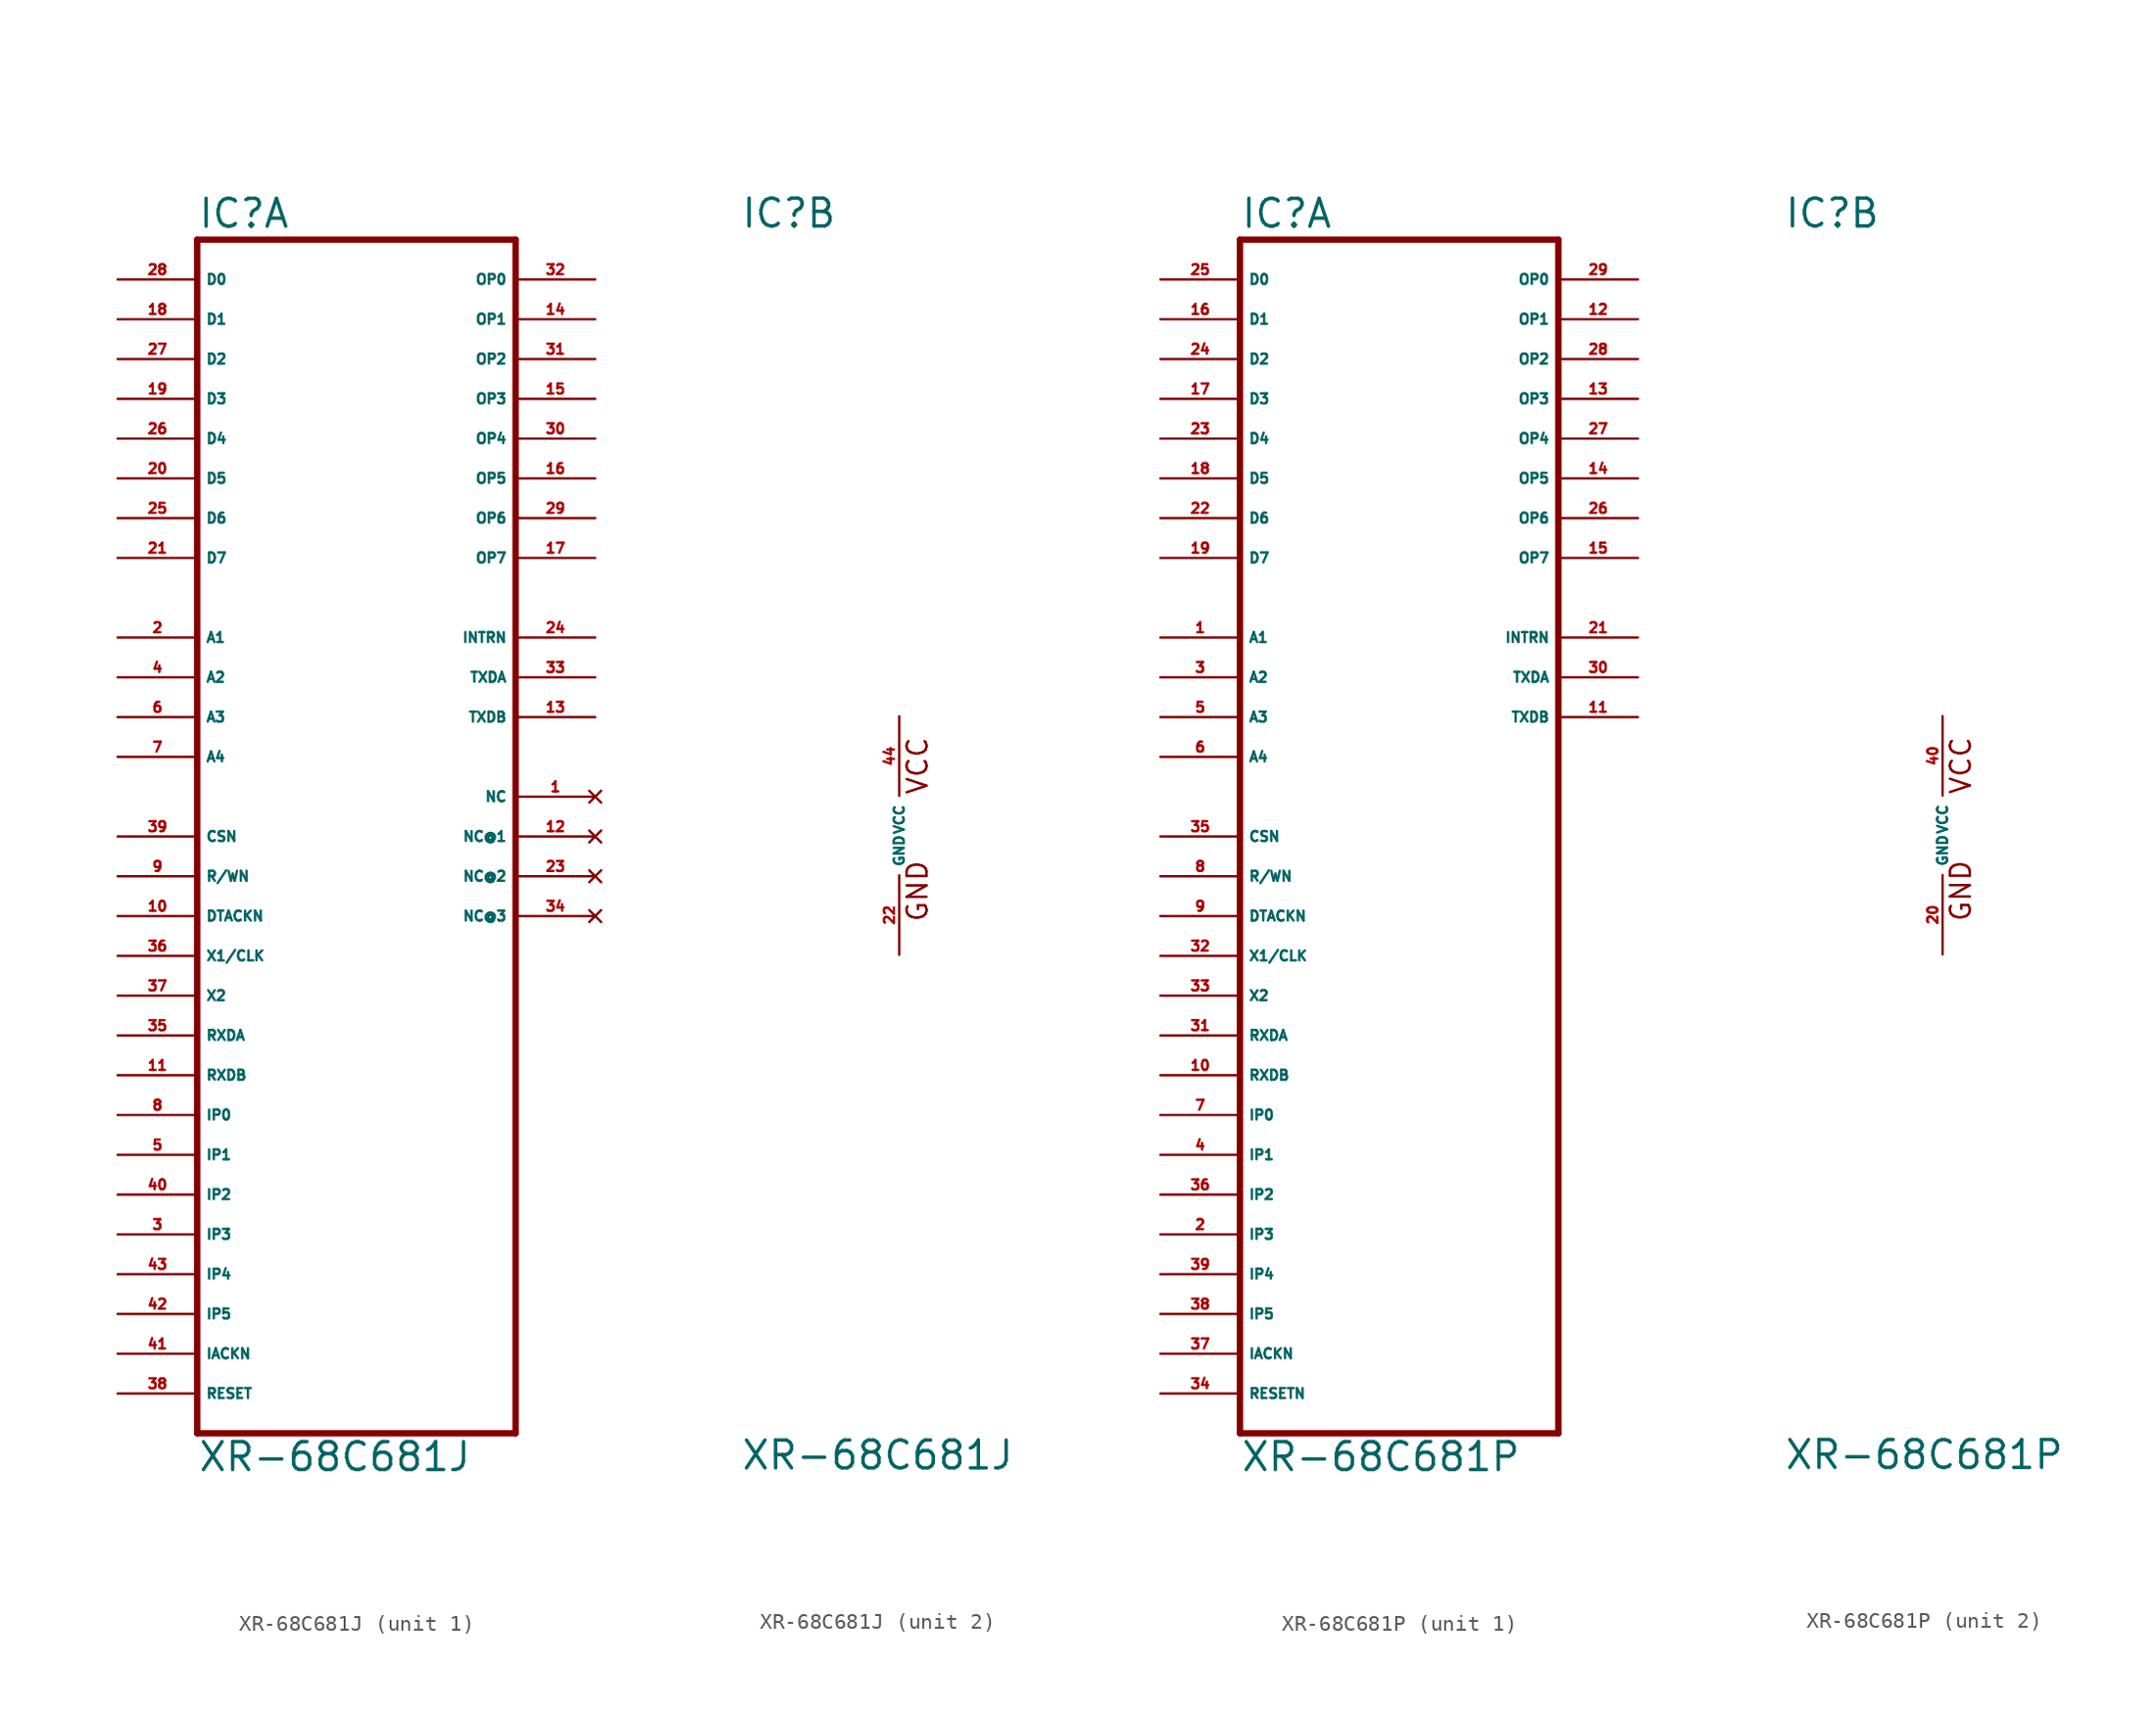
<source format=kicad_sym>
(kicad_symbol_lib
  (version 20220914)
  (generator Eagle2Kicad)
  (symbol "XR-68C681J"
    (property "Reference" "IC"
      (at -10.16 38.735 0)
      (effects (font (size 1.778 1.778) (thickness 0.22)) (justify left bottom)))
    (property "Value" "XR-68C681J"
      (at -10.16 -40.64 0)
      (effects (font (size 1.778 1.778) (thickness 0.22)) (justify left bottom)))
    (symbol "XR-68C681J_1_0"
      (polyline (pts (xy -10.16 -38.1) (xy 10.16 -38.1)) (stroke (width 0.406) (type default)) (fill (type none)))
      (polyline (pts (xy 10.16 -38.1) (xy 10.16 38.1)) (stroke (width 0.406) (type default)) (fill (type none)))
      (polyline (pts (xy 10.16 38.1) (xy -10.16 38.1)) (stroke (width 0.406) (type default)) (fill (type none)))
      (polyline (pts (xy -10.16 38.1) (xy -10.16 -38.1)) (stroke (width 0.406) (type default)) (fill (type none)))
      (pin bidirectional line (at -15.24 35.56 0) (length 5.08) (name "D0" (effects (font (size 0.635 0.635) (thickness 0.08)) (justify left bottom))) (number "28" (effects (font (size 0.635 0.635) (thickness 0.08)) (justify left bottom))))
      (pin bidirectional line (at -15.24 33.02 0) (length 5.08) (name "D1" (effects (font (size 0.635 0.635) (thickness 0.08)) (justify left bottom))) (number "18" (effects (font (size 0.635 0.635) (thickness 0.08)) (justify left bottom))))
      (pin bidirectional line (at -15.24 30.48 0) (length 5.08) (name "D2" (effects (font (size 0.635 0.635) (thickness 0.08)) (justify left bottom))) (number "27" (effects (font (size 0.635 0.635) (thickness 0.08)) (justify left bottom))))
      (pin bidirectional line (at -15.24 27.94 0) (length 5.08) (name "D3" (effects (font (size 0.635 0.635) (thickness 0.08)) (justify left bottom))) (number "19" (effects (font (size 0.635 0.635) (thickness 0.08)) (justify left bottom))))
      (pin bidirectional line (at -15.24 25.4 0) (length 5.08) (name "D4" (effects (font (size 0.635 0.635) (thickness 0.08)) (justify left bottom))) (number "26" (effects (font (size 0.635 0.635) (thickness 0.08)) (justify left bottom))))
      (pin bidirectional line (at -15.24 22.86 0) (length 5.08) (name "D5" (effects (font (size 0.635 0.635) (thickness 0.08)) (justify left bottom))) (number "20" (effects (font (size 0.635 0.635) (thickness 0.08)) (justify left bottom))))
      (pin bidirectional line (at -15.24 20.32 0) (length 5.08) (name "D6" (effects (font (size 0.635 0.635) (thickness 0.08)) (justify left bottom))) (number "25" (effects (font (size 0.635 0.635) (thickness 0.08)) (justify left bottom))))
      (pin bidirectional line (at -15.24 17.78 0) (length 5.08) (name "D7" (effects (font (size 0.635 0.635) (thickness 0.08)) (justify left bottom))) (number "21" (effects (font (size 0.635 0.635) (thickness 0.08)) (justify left bottom))))
      (pin output line (at 15.24 35.56 180) (length 5.08) (name "OP0" (effects (font (size 0.635 0.635) (thickness 0.08)) (justify left bottom))) (number "32" (effects (font (size 0.635 0.635) (thickness 0.08)) (justify left bottom))))
      (pin output line (at 15.24 33.02 180) (length 5.08) (name "OP1" (effects (font (size 0.635 0.635) (thickness 0.08)) (justify left bottom))) (number "14" (effects (font (size 0.635 0.635) (thickness 0.08)) (justify left bottom))))
      (pin output line (at 15.24 30.48 180) (length 5.08) (name "OP2" (effects (font (size 0.635 0.635) (thickness 0.08)) (justify left bottom))) (number "31" (effects (font (size 0.635 0.635) (thickness 0.08)) (justify left bottom))))
      (pin output line (at 15.24 27.94 180) (length 5.08) (name "OP3" (effects (font (size 0.635 0.635) (thickness 0.08)) (justify left bottom))) (number "15" (effects (font (size 0.635 0.635) (thickness 0.08)) (justify left bottom))))
      (pin output line (at 15.24 25.4 180) (length 5.08) (name "OP4" (effects (font (size 0.635 0.635) (thickness 0.08)) (justify left bottom))) (number "30" (effects (font (size 0.635 0.635) (thickness 0.08)) (justify left bottom))))
      (pin output line (at 15.24 22.86 180) (length 5.08) (name "OP5" (effects (font (size 0.635 0.635) (thickness 0.08)) (justify left bottom))) (number "16" (effects (font (size 0.635 0.635) (thickness 0.08)) (justify left bottom))))
      (pin output line (at 15.24 20.32 180) (length 5.08) (name "OP6" (effects (font (size 0.635 0.635) (thickness 0.08)) (justify left bottom))) (number "29" (effects (font (size 0.635 0.635) (thickness 0.08)) (justify left bottom))))
      (pin output line (at 15.24 17.78 180) (length 5.08) (name "OP7" (effects (font (size 0.635 0.635) (thickness 0.08)) (justify left bottom))) (number "17" (effects (font (size 0.635 0.635) (thickness 0.08)) (justify left bottom))))
      (pin input line (at -15.24 5.08 0) (length 5.08) (name "A4" (effects (font (size 0.635 0.635) (thickness 0.08)) (justify left bottom))) (number "7" (effects (font (size 0.635 0.635) (thickness 0.08)) (justify left bottom))))
      (pin input line (at -15.24 12.7 0) (length 5.08) (name "A1" (effects (font (size 0.635 0.635) (thickness 0.08)) (justify left bottom))) (number "2" (effects (font (size 0.635 0.635) (thickness 0.08)) (justify left bottom))))
      (pin input line (at -15.24 10.16 0) (length 5.08) (name "A2" (effects (font (size 0.635 0.635) (thickness 0.08)) (justify left bottom))) (number "4" (effects (font (size 0.635 0.635) (thickness 0.08)) (justify left bottom))))
      (pin input line (at -15.24 7.62 0) (length 5.08) (name "A3" (effects (font (size 0.635 0.635) (thickness 0.08)) (justify left bottom))) (number "6" (effects (font (size 0.635 0.635) (thickness 0.08)) (justify left bottom))))
      (pin input line (at -15.24 0 0) (length 5.08) (name "CSN" (effects (font (size 0.635 0.635) (thickness 0.08)) (justify left bottom))) (number "39" (effects (font (size 0.635 0.635) (thickness 0.08)) (justify left bottom))))
      (pin input line (at -15.24 -2.54 0) (length 5.08) (name "R/WN" (effects (font (size 0.635 0.635) (thickness 0.08)) (justify left bottom))) (number "9" (effects (font (size 0.635 0.635) (thickness 0.08)) (justify left bottom))))
      (pin input line (at -15.24 -5.08 0) (length 5.08) (name "DTACKN" (effects (font (size 0.635 0.635) (thickness 0.08)) (justify left bottom))) (number "10" (effects (font (size 0.635 0.635) (thickness 0.08)) (justify left bottom))))
      (pin input line (at -15.24 -7.62 0) (length 5.08) (name "X1/CLK" (effects (font (size 0.635 0.635) (thickness 0.08)) (justify left bottom))) (number "36" (effects (font (size 0.635 0.635) (thickness 0.08)) (justify left bottom))))
      (pin input line (at -15.24 -10.16 0) (length 5.08) (name "X2" (effects (font (size 0.635 0.635) (thickness 0.08)) (justify left bottom))) (number "37" (effects (font (size 0.635 0.635) (thickness 0.08)) (justify left bottom))))
      (pin input line (at -15.24 -12.7 0) (length 5.08) (name "RXDA" (effects (font (size 0.635 0.635) (thickness 0.08)) (justify left bottom))) (number "35" (effects (font (size 0.635 0.635) (thickness 0.08)) (justify left bottom))))
      (pin input line (at -15.24 -15.24 0) (length 5.08) (name "RXDB" (effects (font (size 0.635 0.635) (thickness 0.08)) (justify left bottom))) (number "11" (effects (font (size 0.635 0.635) (thickness 0.08)) (justify left bottom))))
      (pin input line (at -15.24 -17.78 0) (length 5.08) (name "IP0" (effects (font (size 0.635 0.635) (thickness 0.08)) (justify left bottom))) (number "8" (effects (font (size 0.635 0.635) (thickness 0.08)) (justify left bottom))))
      (pin input line (at -15.24 -20.32 0) (length 5.08) (name "IP1" (effects (font (size 0.635 0.635) (thickness 0.08)) (justify left bottom))) (number "5" (effects (font (size 0.635 0.635) (thickness 0.08)) (justify left bottom))))
      (pin input line (at -15.24 -22.86 0) (length 5.08) (name "IP2" (effects (font (size 0.635 0.635) (thickness 0.08)) (justify left bottom))) (number "40" (effects (font (size 0.635 0.635) (thickness 0.08)) (justify left bottom))))
      (pin input line (at -15.24 -25.4 0) (length 5.08) (name "IP3" (effects (font (size 0.635 0.635) (thickness 0.08)) (justify left bottom))) (number "3" (effects (font (size 0.635 0.635) (thickness 0.08)) (justify left bottom))))
      (pin input line (at -15.24 -27.94 0) (length 5.08) (name "IP4" (effects (font (size 0.635 0.635) (thickness 0.08)) (justify left bottom))) (number "43" (effects (font (size 0.635 0.635) (thickness 0.08)) (justify left bottom))))
      (pin bidirectional line (at -15.24 -30.48 0) (length 5.08) (name "IP5" (effects (font (size 0.635 0.635) (thickness 0.08)) (justify left bottom))) (number "42" (effects (font (size 0.635 0.635) (thickness 0.08)) (justify left bottom))))
      (pin input line (at -15.24 -35.56 0) (length 5.08) (name "RESET" (effects (font (size 0.635 0.635) (thickness 0.08)) (justify left bottom))) (number "38" (effects (font (size 0.635 0.635) (thickness 0.08)) (justify left bottom))))
      (pin input line (at -15.24 -33.02 0) (length 5.08) (name "IACKN" (effects (font (size 0.635 0.635) (thickness 0.08)) (justify left bottom))) (number "41" (effects (font (size 0.635 0.635) (thickness 0.08)) (justify left bottom))))
      (pin output line (at 15.24 12.7 180) (length 5.08) (name "INTRN" (effects (font (size 0.635 0.635) (thickness 0.08)) (justify left bottom))) (number "24" (effects (font (size 0.635 0.635) (thickness 0.08)) (justify left bottom))))
      (pin output line (at 15.24 10.16 180) (length 5.08) (name "TXDA" (effects (font (size 0.635 0.635) (thickness 0.08)) (justify left bottom))) (number "33" (effects (font (size 0.635 0.635) (thickness 0.08)) (justify left bottom))))
      (pin output line (at 15.24 7.62 180) (length 5.08) (name "TXDB" (effects (font (size 0.635 0.635) (thickness 0.08)) (justify left bottom))) (number "13" (effects (font (size 0.635 0.635) (thickness 0.08)) (justify left bottom))))
      (pin no_connect line (at 15.24 2.54 180) (length 5.08) (name "NC" (effects (font (size 0.635 0.635) (thickness 0.08)) (justify left bottom) hide)) (number "1" (effects (font (size 0.635 0.635) (thickness 0.08)) (justify left bottom) hide)))
      (pin no_connect line (at 15.24 0 180) (length 5.08) (name "NC@1" (effects (font (size 0.635 0.635) (thickness 0.08)) (justify left bottom) hide)) (number "12" (effects (font (size 0.635 0.635) (thickness 0.08)) (justify left bottom) hide)))
      (pin no_connect line (at 15.24 -2.54 180) (length 5.08) (name "NC@2" (effects (font (size 0.635 0.635) (thickness 0.08)) (justify left bottom) hide)) (number "23" (effects (font (size 0.635 0.635) (thickness 0.08)) (justify left bottom) hide)))
      (pin no_connect line (at 15.24 -5.08 180) (length 5.08) (name "NC@3" (effects (font (size 0.635 0.635) (thickness 0.08)) (justify left bottom) hide)) (number "34" (effects (font (size 0.635 0.635) (thickness 0.08)) (justify left bottom) hide))))
    (symbol "XR-68C681J_2_0"
      (text "GND" (at 1.905 -5.588 900) (effects (font (size 1.27 1.27) (thickness 0.16)) (justify left bottom)))
      (text "VCC" (at 1.905 2.54 900) (effects (font (size 1.27 1.27) (thickness 0.16)) (justify left bottom)))
      (pin unspecified line (at 0 7.62 270) (length 5.08) (name "VCC" (effects (font (size 0.635 0.635) (thickness 0.08)) (justify left bottom))) (number "44" (effects (font (size 0.635 0.635) (thickness 0.08)) (justify left bottom))))
      (pin unspecified line (at 0 -7.62 90) (length 5.08) (name "GND" (effects (font (size 0.635 0.635) (thickness 0.08)) (justify left bottom))) (number "22" (effects (font (size 0.635 0.635) (thickness 0.08)) (justify left bottom))))))
  (symbol "XR-68C681P"
    (property "Reference" "IC"
      (at -10.16 38.735 0)
      (effects (font (size 1.778 1.778) (thickness 0.22)) (justify left bottom)))
    (property "Value" "XR-68C681P"
      (at -10.16 -40.64 0)
      (effects (font (size 1.778 1.778) (thickness 0.22)) (justify left bottom)))
    (symbol "XR-68C681P_1_0"
      (polyline (pts (xy -10.16 -38.1) (xy 10.16 -38.1)) (stroke (width 0.406) (type default)) (fill (type none)))
      (polyline (pts (xy 10.16 -38.1) (xy 10.16 38.1)) (stroke (width 0.406) (type default)) (fill (type none)))
      (polyline (pts (xy 10.16 38.1) (xy -10.16 38.1)) (stroke (width 0.406) (type default)) (fill (type none)))
      (polyline (pts (xy -10.16 38.1) (xy -10.16 -38.1)) (stroke (width 0.406) (type default)) (fill (type none)))
      (pin bidirectional line (at -15.24 35.56 0) (length 5.08) (name "D0" (effects (font (size 0.635 0.635) (thickness 0.08)) (justify left bottom))) (number "25" (effects (font (size 0.635 0.635) (thickness 0.08)) (justify left bottom))))
      (pin bidirectional line (at -15.24 33.02 0) (length 5.08) (name "D1" (effects (font (size 0.635 0.635) (thickness 0.08)) (justify left bottom))) (number "16" (effects (font (size 0.635 0.635) (thickness 0.08)) (justify left bottom))))
      (pin bidirectional line (at -15.24 30.48 0) (length 5.08) (name "D2" (effects (font (size 0.635 0.635) (thickness 0.08)) (justify left bottom))) (number "24" (effects (font (size 0.635 0.635) (thickness 0.08)) (justify left bottom))))
      (pin bidirectional line (at -15.24 27.94 0) (length 5.08) (name "D3" (effects (font (size 0.635 0.635) (thickness 0.08)) (justify left bottom))) (number "17" (effects (font (size 0.635 0.635) (thickness 0.08)) (justify left bottom))))
      (pin bidirectional line (at -15.24 25.4 0) (length 5.08) (name "D4" (effects (font (size 0.635 0.635) (thickness 0.08)) (justify left bottom))) (number "23" (effects (font (size 0.635 0.635) (thickness 0.08)) (justify left bottom))))
      (pin bidirectional line (at -15.24 22.86 0) (length 5.08) (name "D5" (effects (font (size 0.635 0.635) (thickness 0.08)) (justify left bottom))) (number "18" (effects (font (size 0.635 0.635) (thickness 0.08)) (justify left bottom))))
      (pin bidirectional line (at -15.24 20.32 0) (length 5.08) (name "D6" (effects (font (size 0.635 0.635) (thickness 0.08)) (justify left bottom))) (number "22" (effects (font (size 0.635 0.635) (thickness 0.08)) (justify left bottom))))
      (pin bidirectional line (at -15.24 17.78 0) (length 5.08) (name "D7" (effects (font (size 0.635 0.635) (thickness 0.08)) (justify left bottom))) (number "19" (effects (font (size 0.635 0.635) (thickness 0.08)) (justify left bottom))))
      (pin output line (at 15.24 35.56 180) (length 5.08) (name "OP0" (effects (font (size 0.635 0.635) (thickness 0.08)) (justify left bottom))) (number "29" (effects (font (size 0.635 0.635) (thickness 0.08)) (justify left bottom))))
      (pin output line (at 15.24 33.02 180) (length 5.08) (name "OP1" (effects (font (size 0.635 0.635) (thickness 0.08)) (justify left bottom))) (number "12" (effects (font (size 0.635 0.635) (thickness 0.08)) (justify left bottom))))
      (pin output line (at 15.24 30.48 180) (length 5.08) (name "OP2" (effects (font (size 0.635 0.635) (thickness 0.08)) (justify left bottom))) (number "28" (effects (font (size 0.635 0.635) (thickness 0.08)) (justify left bottom))))
      (pin output line (at 15.24 27.94 180) (length 5.08) (name "OP3" (effects (font (size 0.635 0.635) (thickness 0.08)) (justify left bottom))) (number "13" (effects (font (size 0.635 0.635) (thickness 0.08)) (justify left bottom))))
      (pin output line (at 15.24 25.4 180) (length 5.08) (name "OP4" (effects (font (size 0.635 0.635) (thickness 0.08)) (justify left bottom))) (number "27" (effects (font (size 0.635 0.635) (thickness 0.08)) (justify left bottom))))
      (pin output line (at 15.24 22.86 180) (length 5.08) (name "OP5" (effects (font (size 0.635 0.635) (thickness 0.08)) (justify left bottom))) (number "14" (effects (font (size 0.635 0.635) (thickness 0.08)) (justify left bottom))))
      (pin output line (at 15.24 20.32 180) (length 5.08) (name "OP6" (effects (font (size 0.635 0.635) (thickness 0.08)) (justify left bottom))) (number "26" (effects (font (size 0.635 0.635) (thickness 0.08)) (justify left bottom))))
      (pin output line (at 15.24 17.78 180) (length 5.08) (name "OP7" (effects (font (size 0.635 0.635) (thickness 0.08)) (justify left bottom))) (number "15" (effects (font (size 0.635 0.635) (thickness 0.08)) (justify left bottom))))
      (pin input line (at -15.24 5.08 0) (length 5.08) (name "A4" (effects (font (size 0.635 0.635) (thickness 0.08)) (justify left bottom))) (number "6" (effects (font (size 0.635 0.635) (thickness 0.08)) (justify left bottom))))
      (pin input line (at -15.24 12.7 0) (length 5.08) (name "A1" (effects (font (size 0.635 0.635) (thickness 0.08)) (justify left bottom))) (number "1" (effects (font (size 0.635 0.635) (thickness 0.08)) (justify left bottom))))
      (pin input line (at -15.24 10.16 0) (length 5.08) (name "A2" (effects (font (size 0.635 0.635) (thickness 0.08)) (justify left bottom))) (number "3" (effects (font (size 0.635 0.635) (thickness 0.08)) (justify left bottom))))
      (pin input line (at -15.24 7.62 0) (length 5.08) (name "A3" (effects (font (size 0.635 0.635) (thickness 0.08)) (justify left bottom))) (number "5" (effects (font (size 0.635 0.635) (thickness 0.08)) (justify left bottom))))
      (pin input line (at -15.24 0 0) (length 5.08) (name "CSN" (effects (font (size 0.635 0.635) (thickness 0.08)) (justify left bottom))) (number "35" (effects (font (size 0.635 0.635) (thickness 0.08)) (justify left bottom))))
      (pin input line (at -15.24 -2.54 0) (length 5.08) (name "R/WN" (effects (font (size 0.635 0.635) (thickness 0.08)) (justify left bottom))) (number "8" (effects (font (size 0.635 0.635) (thickness 0.08)) (justify left bottom))))
      (pin input line (at -15.24 -5.08 0) (length 5.08) (name "DTACKN" (effects (font (size 0.635 0.635) (thickness 0.08)) (justify left bottom))) (number "9" (effects (font (size 0.635 0.635) (thickness 0.08)) (justify left bottom))))
      (pin input line (at -15.24 -7.62 0) (length 5.08) (name "X1/CLK" (effects (font (size 0.635 0.635) (thickness 0.08)) (justify left bottom))) (number "32" (effects (font (size 0.635 0.635) (thickness 0.08)) (justify left bottom))))
      (pin input line (at -15.24 -10.16 0) (length 5.08) (name "X2" (effects (font (size 0.635 0.635) (thickness 0.08)) (justify left bottom))) (number "33" (effects (font (size 0.635 0.635) (thickness 0.08)) (justify left bottom))))
      (pin input line (at -15.24 -12.7 0) (length 5.08) (name "RXDA" (effects (font (size 0.635 0.635) (thickness 0.08)) (justify left bottom))) (number "31" (effects (font (size 0.635 0.635) (thickness 0.08)) (justify left bottom))))
      (pin input line (at -15.24 -15.24 0) (length 5.08) (name "RXDB" (effects (font (size 0.635 0.635) (thickness 0.08)) (justify left bottom))) (number "10" (effects (font (size 0.635 0.635) (thickness 0.08)) (justify left bottom))))
      (pin input line (at -15.24 -17.78 0) (length 5.08) (name "IP0" (effects (font (size 0.635 0.635) (thickness 0.08)) (justify left bottom))) (number "7" (effects (font (size 0.635 0.635) (thickness 0.08)) (justify left bottom))))
      (pin input line (at -15.24 -20.32 0) (length 5.08) (name "IP1" (effects (font (size 0.635 0.635) (thickness 0.08)) (justify left bottom))) (number "4" (effects (font (size 0.635 0.635) (thickness 0.08)) (justify left bottom))))
      (pin input line (at -15.24 -22.86 0) (length 5.08) (name "IP2" (effects (font (size 0.635 0.635) (thickness 0.08)) (justify left bottom))) (number "36" (effects (font (size 0.635 0.635) (thickness 0.08)) (justify left bottom))))
      (pin input line (at -15.24 -25.4 0) (length 5.08) (name "IP3" (effects (font (size 0.635 0.635) (thickness 0.08)) (justify left bottom))) (number "2" (effects (font (size 0.635 0.635) (thickness 0.08)) (justify left bottom))))
      (pin input line (at -15.24 -27.94 0) (length 5.08) (name "IP4" (effects (font (size 0.635 0.635) (thickness 0.08)) (justify left bottom))) (number "39" (effects (font (size 0.635 0.635) (thickness 0.08)) (justify left bottom))))
      (pin bidirectional line (at -15.24 -30.48 0) (length 5.08) (name "IP5" (effects (font (size 0.635 0.635) (thickness 0.08)) (justify left bottom))) (number "38" (effects (font (size 0.635 0.635) (thickness 0.08)) (justify left bottom))))
      (pin input line (at -15.24 -35.56 0) (length 5.08) (name "RESETN" (effects (font (size 0.635 0.635) (thickness 0.08)) (justify left bottom))) (number "34" (effects (font (size 0.635 0.635) (thickness 0.08)) (justify left bottom))))
      (pin input line (at -15.24 -33.02 0) (length 5.08) (name "IACKN" (effects (font (size 0.635 0.635) (thickness 0.08)) (justify left bottom))) (number "37" (effects (font (size 0.635 0.635) (thickness 0.08)) (justify left bottom))))
      (pin output line (at 15.24 12.7 180) (length 5.08) (name "INTRN" (effects (font (size 0.635 0.635) (thickness 0.08)) (justify left bottom))) (number "21" (effects (font (size 0.635 0.635) (thickness 0.08)) (justify left bottom))))
      (pin output line (at 15.24 10.16 180) (length 5.08) (name "TXDA" (effects (font (size 0.635 0.635) (thickness 0.08)) (justify left bottom))) (number "30" (effects (font (size 0.635 0.635) (thickness 0.08)) (justify left bottom))))
      (pin output line (at 15.24 7.62 180) (length 5.08) (name "TXDB" (effects (font (size 0.635 0.635) (thickness 0.08)) (justify left bottom))) (number "11" (effects (font (size 0.635 0.635) (thickness 0.08)) (justify left bottom)))))
    (symbol "XR-68C681P_2_0"
      (text "GND" (at 1.905 -5.588 900) (effects (font (size 1.27 1.27) (thickness 0.16)) (justify left bottom)))
      (text "VCC" (at 1.905 2.54 900) (effects (font (size 1.27 1.27) (thickness 0.16)) (justify left bottom)))
      (pin unspecified line (at 0 7.62 270) (length 5.08) (name "VCC" (effects (font (size 0.635 0.635) (thickness 0.08)) (justify left bottom))) (number "40" (effects (font (size 0.635 0.635) (thickness 0.08)) (justify left bottom))))
      (pin unspecified line (at 0 -7.62 90) (length 5.08) (name "GND" (effects (font (size 0.635 0.635) (thickness 0.08)) (justify left bottom))) (number "20" (effects (font (size 0.635 0.635) (thickness 0.08)) (justify left bottom)))))))
</source>
